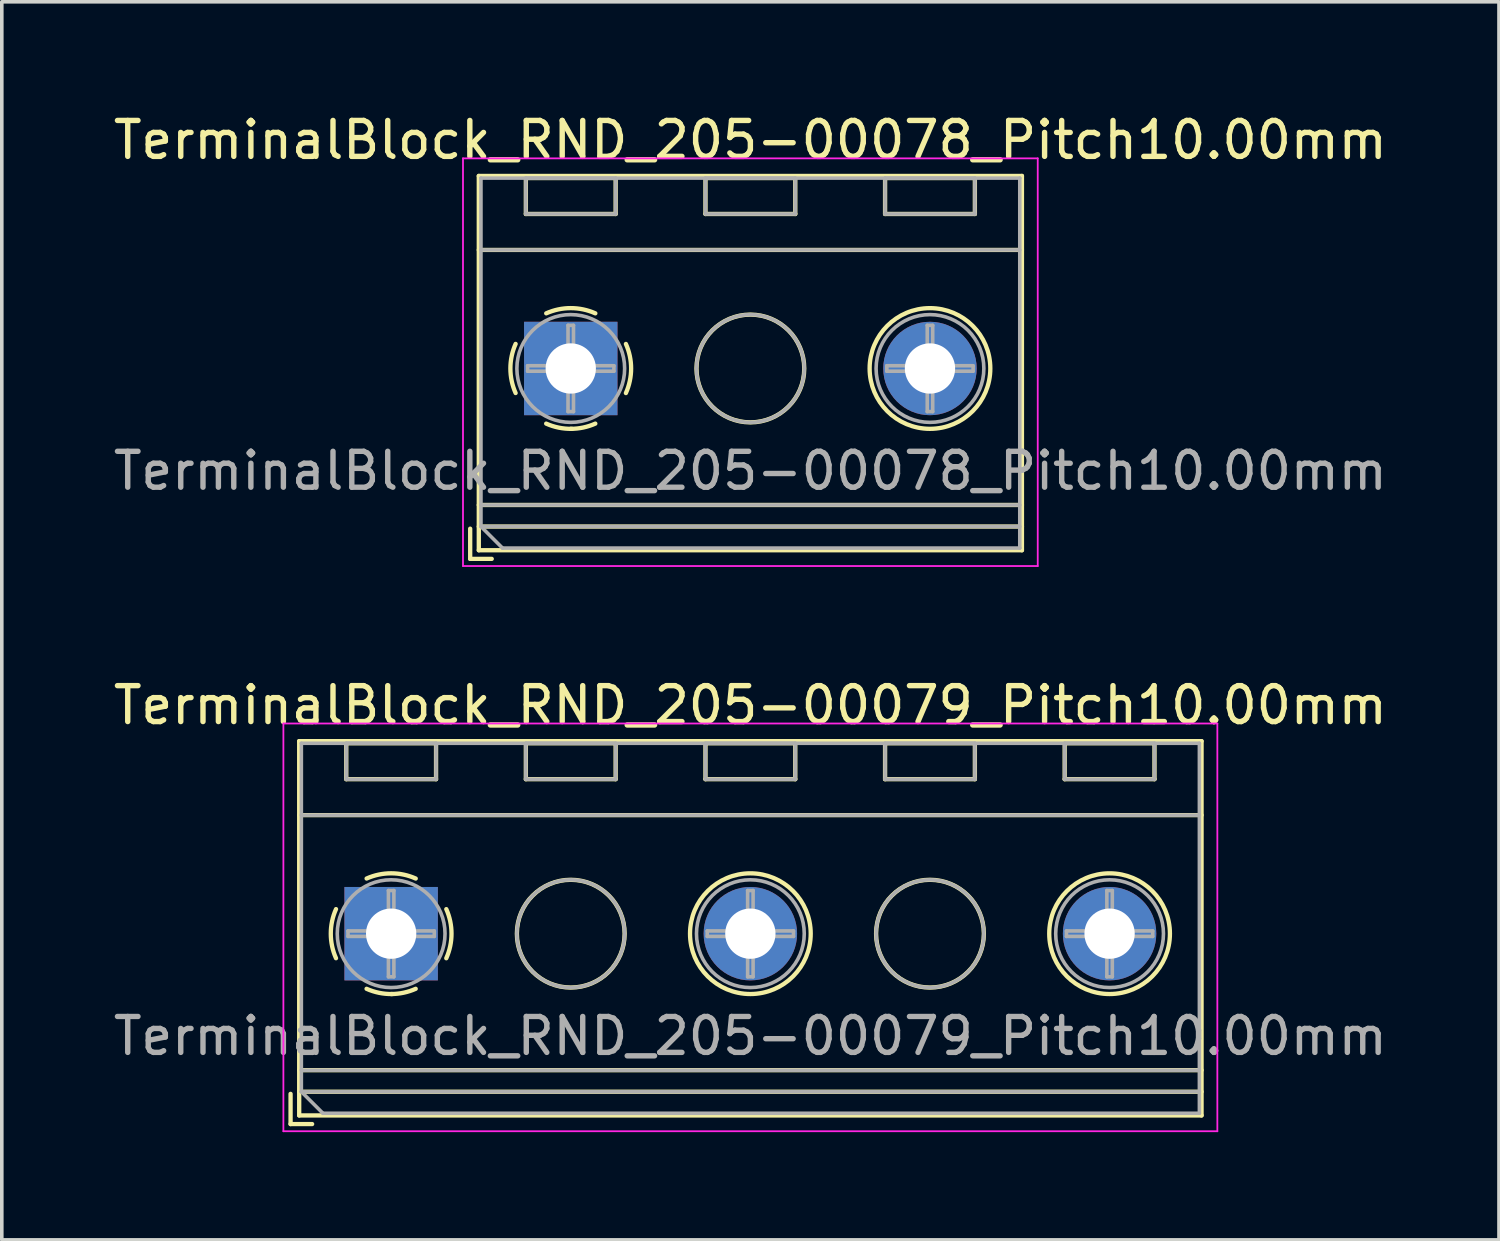
<source format=kicad_pcb>
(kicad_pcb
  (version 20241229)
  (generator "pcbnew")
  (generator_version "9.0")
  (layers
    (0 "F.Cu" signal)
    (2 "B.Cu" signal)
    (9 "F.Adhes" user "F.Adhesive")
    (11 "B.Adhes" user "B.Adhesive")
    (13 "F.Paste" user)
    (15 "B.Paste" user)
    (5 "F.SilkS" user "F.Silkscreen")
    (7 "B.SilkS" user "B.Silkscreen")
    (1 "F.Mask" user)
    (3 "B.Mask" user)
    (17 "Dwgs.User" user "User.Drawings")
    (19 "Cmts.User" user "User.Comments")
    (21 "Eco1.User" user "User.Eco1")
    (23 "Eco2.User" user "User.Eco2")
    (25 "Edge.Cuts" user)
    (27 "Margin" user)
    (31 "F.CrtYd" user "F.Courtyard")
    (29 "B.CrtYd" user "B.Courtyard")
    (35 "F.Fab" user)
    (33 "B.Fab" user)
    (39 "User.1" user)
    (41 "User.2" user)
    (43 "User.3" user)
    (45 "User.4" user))
  (footprint "TerminalBlock_RND_205-00078_Pitch10.00mm"
    (layer "F.Cu")
    (at 12.839 7.208)
    (property "Reference" "TerminalBlock_RND_205-00078_Pitch10.00mm" (at 5 -6.36 0) (layer "F.SilkS") (effects (font (size 1 1) (thickness 0.15))))
    (attr through_hole)
    (fp_line (start -2.8 4.46) (end -2.8 5.3) (stroke (width 0.12) (type solid)) (layer "F.SilkS"))
    (fp_line (start -2.8 5.3) (end -2.2 5.3) (stroke (width 0.12) (type solid)) (layer "F.SilkS"))
    (fp_line (start -2.56 -5.36) (end -2.56 5.06) (stroke (width 0.12) (type solid)) (layer "F.SilkS"))
    (fp_line (start -2.56 -3.3) (end 12.56 -3.3) (stroke (width 0.12) (type solid)) (layer "F.SilkS"))
    (fp_line (start -2.56 3.8) (end 12.56 3.8) (stroke (width 0.12) (type solid)) (layer "F.SilkS"))
    (fp_line (start -2.56 4.4) (end 12.56 4.4) (stroke (width 0.12) (type solid)) (layer "F.SilkS"))
    (fp_line (start -2.56 5.06) (end 12.56 5.06) (stroke (width 0.12) (type solid)) (layer "F.SilkS"))
    (fp_line (start -1.25 -5.301) (end -1.25 -4.301) (stroke (width 0.12) (type solid)) (layer "F.SilkS"))
    (fp_line (start -1.25 -5.301) (end 1.25 -5.301) (stroke (width 0.12) (type solid)) (layer "F.SilkS"))
    (fp_line (start -1.25 -4.301) (end 1.25 -4.301) (stroke (width 0.12) (type solid)) (layer "F.SilkS"))
    (fp_line (start 1.25 -5.301) (end 1.25 -4.301) (stroke (width 0.12) (type solid)) (layer "F.SilkS"))
    (fp_line (start 3.75 -5.301) (end 3.75 -4.301) (stroke (width 0.12) (type solid)) (layer "F.SilkS"))
    (fp_line (start 3.75 -5.301) (end 6.25 -5.301) (stroke (width 0.12) (type solid)) (layer "F.SilkS"))
    (fp_line (start 3.75 -4.301) (end 6.25 -4.301) (stroke (width 0.12) (type solid)) (layer "F.SilkS"))
    (fp_line (start 6.25 -5.301) (end 6.25 -4.301) (stroke (width 0.12) (type solid)) (layer "F.SilkS"))
    (fp_line (start 8.75 -5.301) (end 8.75 -4.301) (stroke (width 0.12) (type solid)) (layer "F.SilkS"))
    (fp_line (start 8.75 -5.301) (end 11.25 -5.301) (stroke (width 0.12) (type solid)) (layer "F.SilkS"))
    (fp_line (start 8.75 -4.301) (end 11.25 -4.301) (stroke (width 0.12) (type solid)) (layer "F.SilkS"))
    (fp_line (start 11.25 -5.301) (end 11.25 -4.301) (stroke (width 0.12) (type solid)) (layer "F.SilkS"))
    (fp_line (start 12.56 -5.36) (end -2.56 -5.36) (stroke (width 0.12) (type solid)) (layer "F.SilkS"))
    (fp_line (start 12.56 5.06) (end 12.56 -5.36) (stroke (width 0.12) (type solid)) (layer "F.SilkS"))
    (fp_arc (start -1.535427 0.683042) (mid -1.680501 -0.000524) (end -1.535 -0.684) (stroke (width 0.12) (type solid)) (layer "F.SilkS"))
    (fp_arc (start -0.683042 -1.535427) (mid 0.000524 -1.680501) (end 0.684 -1.535) (stroke (width 0.12) (type solid)) (layer "F.SilkS"))
    (fp_arc (start 0.028805 1.680253) (mid -0.335551 1.646659) (end -0.684 1.535) (stroke (width 0.12) (type solid)) (layer "F.SilkS"))
    (fp_arc (start 0.683318 1.534756) (mid 0.349292 1.643288) (end 0 1.68) (stroke (width 0.12) (type solid)) (layer "F.SilkS"))
    (fp_arc (start 1.535427 -0.683042) (mid 1.680501 0.000524) (end 1.535 0.684) (stroke (width 0.12) (type solid)) (layer "F.SilkS"))
    (fp_circle (center 5 0) (end 6.5 0) (stroke (width 0.12) (type solid)) (fill no) (layer "F.SilkS"))
    (fp_circle (center 10 0) (end 11.68 0) (stroke (width 0.12) (type solid)) (fill no) (layer "F.SilkS"))
    (fp_line (start -3 -5.85) (end -3 5.5) (stroke (width 0.05) (type solid)) (layer "F.CrtYd"))
    (fp_line (start -3 5.5) (end 13 5.5) (stroke (width 0.05) (type solid)) (layer "F.CrtYd"))
    (fp_line (start 13 -5.85) (end -3 -5.85) (stroke (width 0.05) (type solid)) (layer "F.CrtYd"))
    (fp_line (start 13 5.5) (end 13 -5.85) (stroke (width 0.05) (type solid)) (layer "F.CrtYd"))
    (fp_line (start -2.5 -5.3) (end 12.5 -5.3) (stroke (width 0.1) (type solid)) (layer "F.Fab"))
    (fp_line (start -2.5 -3.3) (end 12.5 -3.3) (stroke (width 0.1) (type solid)) (layer "F.Fab"))
    (fp_line (start -2.5 3.8) (end 12.5 3.8) (stroke (width 0.1) (type solid)) (layer "F.Fab"))
    (fp_line (start -2.5 4.4) (end -2.5 -5.3) (stroke (width 0.1) (type solid)) (layer "F.Fab"))
    (fp_line (start -2.5 4.4) (end 12.5 4.4) (stroke (width 0.1) (type solid)) (layer "F.Fab"))
    (fp_line (start -1.9 5) (end -2.5 4.4) (stroke (width 0.1) (type solid)) (layer "F.Fab"))
    (fp_line (start -1.25 -5.3) (end -1.25 -4.3) (stroke (width 0.1) (type solid)) (layer "F.Fab"))
    (fp_line (start -1.25 -4.3) (end 1.25 -4.3) (stroke (width 0.1) (type solid)) (layer "F.Fab"))
    (fp_line (start -1.201 -0.076) (end -0.076 -0.076) (stroke (width 0.1) (type solid)) (layer "F.Fab"))
    (fp_line (start -1.201 0.076) (end -1.201 -0.076) (stroke (width 0.1) (type solid)) (layer "F.Fab"))
    (fp_line (start -0.076 -1.201) (end 0.076 -1.201) (stroke (width 0.1) (type solid)) (layer "F.Fab"))
    (fp_line (start -0.076 -0.076) (end -0.076 -1.201) (stroke (width 0.1) (type solid)) (layer "F.Fab"))
    (fp_line (start -0.076 0.076) (end -1.201 0.076) (stroke (width 0.1) (type solid)) (layer "F.Fab"))
    (fp_line (start -0.076 1.201) (end -0.076 0.076) (stroke (width 0.1) (type solid)) (layer "F.Fab"))
    (fp_line (start 0.076 -1.201) (end 0.076 -0.076) (stroke (width 0.1) (type solid)) (layer "F.Fab"))
    (fp_line (start 0.076 -0.076) (end 1.201 -0.076) (stroke (width 0.1) (type solid)) (layer "F.Fab"))
    (fp_line (start 0.076 0.076) (end 0.076 1.201) (stroke (width 0.1) (type solid)) (layer "F.Fab"))
    (fp_line (start 0.076 1.201) (end -0.076 1.201) (stroke (width 0.1) (type solid)) (layer "F.Fab"))
    (fp_line (start 1.201 -0.076) (end 1.201 0.076) (stroke (width 0.1) (type solid)) (layer "F.Fab"))
    (fp_line (start 1.201 0.076) (end 0.076 0.076) (stroke (width 0.1) (type solid)) (layer "F.Fab"))
    (fp_line (start 1.25 -5.3) (end -1.25 -5.3) (stroke (width 0.1) (type solid)) (layer "F.Fab"))
    (fp_line (start 1.25 -4.3) (end 1.25 -5.3) (stroke (width 0.1) (type solid)) (layer "F.Fab"))
    (fp_line (start 3.75 -5.3) (end 3.75 -4.3) (stroke (width 0.1) (type solid)) (layer "F.Fab"))
    (fp_line (start 3.75 -4.3) (end 6.25 -4.3) (stroke (width 0.1) (type solid)) (layer "F.Fab"))
    (fp_line (start 6.25 -5.3) (end 3.75 -5.3) (stroke (width 0.1) (type solid)) (layer "F.Fab"))
    (fp_line (start 6.25 -4.3) (end 6.25 -5.3) (stroke (width 0.1) (type solid)) (layer "F.Fab"))
    (fp_line (start 8.75 -5.3) (end 8.75 -4.3) (stroke (width 0.1) (type solid)) (layer "F.Fab"))
    (fp_line (start 8.75 -4.3) (end 11.25 -4.3) (stroke (width 0.1) (type solid)) (layer "F.Fab"))
    (fp_line (start 8.799 -0.076) (end 9.924 -0.076) (stroke (width 0.1) (type solid)) (layer "F.Fab"))
    (fp_line (start 8.799 0.076) (end 8.799 -0.076) (stroke (width 0.1) (type solid)) (layer "F.Fab"))
    (fp_line (start 9.924 -1.201) (end 10.076 -1.201) (stroke (width 0.1) (type solid)) (layer "F.Fab"))
    (fp_line (start 9.924 -0.076) (end 9.924 -1.201) (stroke (width 0.1) (type solid)) (layer "F.Fab"))
    (fp_line (start 9.924 0.076) (end 8.799 0.076) (stroke (width 0.1) (type solid)) (layer "F.Fab"))
    (fp_line (start 9.924 1.201) (end 9.924 0.076) (stroke (width 0.1) (type solid)) (layer "F.Fab"))
    (fp_line (start 10.076 -1.201) (end 10.076 -0.076) (stroke (width 0.1) (type solid)) (layer "F.Fab"))
    (fp_line (start 10.076 -0.076) (end 11.201 -0.076) (stroke (width 0.1) (type solid)) (layer "F.Fab"))
    (fp_line (start 10.076 0.076) (end 10.076 1.201) (stroke (width 0.1) (type solid)) (layer "F.Fab"))
    (fp_line (start 10.076 1.201) (end 9.924 1.201) (stroke (width 0.1) (type solid)) (layer "F.Fab"))
    (fp_line (start 11.201 -0.076) (end 11.201 0.076) (stroke (width 0.1) (type solid)) (layer "F.Fab"))
    (fp_line (start 11.201 0.076) (end 10.076 0.076) (stroke (width 0.1) (type solid)) (layer "F.Fab"))
    (fp_line (start 11.25 -5.3) (end 8.75 -5.3) (stroke (width 0.1) (type solid)) (layer "F.Fab"))
    (fp_line (start 11.25 -4.3) (end 11.25 -5.3) (stroke (width 0.1) (type solid)) (layer "F.Fab"))
    (fp_line (start 12.5 -5.3) (end 12.5 5) (stroke (width 0.1) (type solid)) (layer "F.Fab"))
    (fp_line (start 12.5 5) (end -1.9 5) (stroke (width 0.1) (type solid)) (layer "F.Fab"))
    (fp_circle (center 0 0) (end 1.5 0) (stroke (width 0.1) (type solid)) (fill no) (layer "F.Fab"))
    (fp_circle (center 5 0) (end 6.5 0) (stroke (width 0.1) (type solid)) (fill no) (layer "F.Fab"))
    (fp_circle (center 10 0) (end 11.5 0) (stroke (width 0.1) (type solid)) (fill no) (layer "F.Fab"))
    (fp_text user "${REFERENCE}" (at 5 2.85 0) (layer "F.Fab") (effects (font (size 1 1) (thickness 0.15))))
    (pad "1" thru_hole rect (at 0 0) (size 2.6 2.6) (drill 1.4) (layers "*.Cu" "*.Mask"))
    (pad "2" thru_hole oval (at 10 0) (size 2.6 2.6) (drill 1.4) (layers "*.Cu" "*.Mask")))
  (footprint "TerminalBlock_RND_205-00079_Pitch10.00mm"
    (layer "F.Cu")
    (at 7.839 22.942)
    (property "Reference" "TerminalBlock_RND_205-00079_Pitch10.00mm" (at 10 -6.36 0) (layer "F.SilkS") (effects (font (size 1 1) (thickness 0.15))))
    (attr through_hole)
    (fp_line (start -2.8 4.46) (end -2.8 5.3) (stroke (width 0.12) (type solid)) (layer "F.SilkS"))
    (fp_line (start -2.8 5.3) (end -2.2 5.3) (stroke (width 0.12) (type solid)) (layer "F.SilkS"))
    (fp_line (start -2.56 -5.36) (end -2.56 5.06) (stroke (width 0.12) (type solid)) (layer "F.SilkS"))
    (fp_line (start -2.56 -3.3) (end 22.56 -3.3) (stroke (width 0.12) (type solid)) (layer "F.SilkS"))
    (fp_line (start -2.56 3.8) (end 22.56 3.8) (stroke (width 0.12) (type solid)) (layer "F.SilkS"))
    (fp_line (start -2.56 4.4) (end 22.56 4.4) (stroke (width 0.12) (type solid)) (layer "F.SilkS"))
    (fp_line (start -2.56 5.06) (end 22.56 5.06) (stroke (width 0.12) (type solid)) (layer "F.SilkS"))
    (fp_line (start -1.25 -5.301) (end -1.25 -4.301) (stroke (width 0.12) (type solid)) (layer "F.SilkS"))
    (fp_line (start -1.25 -5.301) (end 1.25 -5.301) (stroke (width 0.12) (type solid)) (layer "F.SilkS"))
    (fp_line (start -1.25 -4.301) (end 1.25 -4.301) (stroke (width 0.12) (type solid)) (layer "F.SilkS"))
    (fp_line (start 1.25 -5.301) (end 1.25 -4.301) (stroke (width 0.12) (type solid)) (layer "F.SilkS"))
    (fp_line (start 3.75 -5.301) (end 3.75 -4.301) (stroke (width 0.12) (type solid)) (layer "F.SilkS"))
    (fp_line (start 3.75 -5.301) (end 6.25 -5.301) (stroke (width 0.12) (type solid)) (layer "F.SilkS"))
    (fp_line (start 3.75 -4.301) (end 6.25 -4.301) (stroke (width 0.12) (type solid)) (layer "F.SilkS"))
    (fp_line (start 6.25 -5.301) (end 6.25 -4.301) (stroke (width 0.12) (type solid)) (layer "F.SilkS"))
    (fp_line (start 8.75 -5.301) (end 8.75 -4.301) (stroke (width 0.12) (type solid)) (layer "F.SilkS"))
    (fp_line (start 8.75 -5.301) (end 11.25 -5.301) (stroke (width 0.12) (type solid)) (layer "F.SilkS"))
    (fp_line (start 8.75 -4.301) (end 11.25 -4.301) (stroke (width 0.12) (type solid)) (layer "F.SilkS"))
    (fp_line (start 11.25 -5.301) (end 11.25 -4.301) (stroke (width 0.12) (type solid)) (layer "F.SilkS"))
    (fp_line (start 13.75 -5.301) (end 13.75 -4.301) (stroke (width 0.12) (type solid)) (layer "F.SilkS"))
    (fp_line (start 13.75 -5.301) (end 16.25 -5.301) (stroke (width 0.12) (type solid)) (layer "F.SilkS"))
    (fp_line (start 13.75 -4.301) (end 16.25 -4.301) (stroke (width 0.12) (type solid)) (layer "F.SilkS"))
    (fp_line (start 16.25 -5.301) (end 16.25 -4.301) (stroke (width 0.12) (type solid)) (layer "F.SilkS"))
    (fp_line (start 18.75 -5.301) (end 18.75 -4.301) (stroke (width 0.12) (type solid)) (layer "F.SilkS"))
    (fp_line (start 18.75 -5.301) (end 21.25 -5.301) (stroke (width 0.12) (type solid)) (layer "F.SilkS"))
    (fp_line (start 18.75 -4.301) (end 21.25 -4.301) (stroke (width 0.12) (type solid)) (layer "F.SilkS"))
    (fp_line (start 21.25 -5.301) (end 21.25 -4.301) (stroke (width 0.12) (type solid)) (layer "F.SilkS"))
    (fp_line (start 22.56 -5.36) (end -2.56 -5.36) (stroke (width 0.12) (type solid)) (layer "F.SilkS"))
    (fp_line (start 22.56 5.06) (end 22.56 -5.36) (stroke (width 0.12) (type solid)) (layer "F.SilkS"))
    (fp_arc (start -1.535427 0.683042) (mid -1.680501 -0.000524) (end -1.535 -0.684) (stroke (width 0.12) (type solid)) (layer "F.SilkS"))
    (fp_arc (start -0.683042 -1.535427) (mid 0.000524 -1.680501) (end 0.684 -1.535) (stroke (width 0.12) (type solid)) (layer "F.SilkS"))
    (fp_arc (start 0.028805 1.680253) (mid -0.335551 1.646659) (end -0.684 1.535) (stroke (width 0.12) (type solid)) (layer "F.SilkS"))
    (fp_arc (start 0.683318 1.534756) (mid 0.349292 1.643288) (end 0 1.68) (stroke (width 0.12) (type solid)) (layer "F.SilkS"))
    (fp_arc (start 1.535427 -0.683042) (mid 1.680501 0.000524) (end 1.535 0.684) (stroke (width 0.12) (type solid)) (layer "F.SilkS"))
    (fp_circle (center 5 0) (end 6.5 0) (stroke (width 0.12) (type solid)) (fill no) (layer "F.SilkS"))
    (fp_circle (center 10 0) (end 11.68 0) (stroke (width 0.12) (type solid)) (fill no) (layer "F.SilkS"))
    (fp_circle (center 15 0) (end 16.5 0) (stroke (width 0.12) (type solid)) (fill no) (layer "F.SilkS"))
    (fp_circle (center 20 0) (end 21.68 0) (stroke (width 0.12) (type solid)) (fill no) (layer "F.SilkS"))
    (fp_line (start -3 -5.85) (end -3 5.5) (stroke (width 0.05) (type solid)) (layer "F.CrtYd"))
    (fp_line (start -3 5.5) (end 23 5.5) (stroke (width 0.05) (type solid)) (layer "F.CrtYd"))
    (fp_line (start 23 -5.85) (end -3 -5.85) (stroke (width 0.05) (type solid)) (layer "F.CrtYd"))
    (fp_line (start 23 5.5) (end 23 -5.85) (stroke (width 0.05) (type solid)) (layer "F.CrtYd"))
    (fp_line (start -2.5 -5.3) (end 22.5 -5.3) (stroke (width 0.1) (type solid)) (layer "F.Fab"))
    (fp_line (start -2.5 -3.3) (end 22.5 -3.3) (stroke (width 0.1) (type solid)) (layer "F.Fab"))
    (fp_line (start -2.5 3.8) (end 22.5 3.8) (stroke (width 0.1) (type solid)) (layer "F.Fab"))
    (fp_line (start -2.5 4.4) (end -2.5 -5.3) (stroke (width 0.1) (type solid)) (layer "F.Fab"))
    (fp_line (start -2.5 4.4) (end 22.5 4.4) (stroke (width 0.1) (type solid)) (layer "F.Fab"))
    (fp_line (start -1.9 5) (end -2.5 4.4) (stroke (width 0.1) (type solid)) (layer "F.Fab"))
    (fp_line (start -1.25 -5.3) (end -1.25 -4.3) (stroke (width 0.1) (type solid)) (layer "F.Fab"))
    (fp_line (start -1.25 -4.3) (end 1.25 -4.3) (stroke (width 0.1) (type solid)) (layer "F.Fab"))
    (fp_line (start -1.201 -0.076) (end -0.076 -0.076) (stroke (width 0.1) (type solid)) (layer "F.Fab"))
    (fp_line (start -1.201 0.076) (end -1.201 -0.076) (stroke (width 0.1) (type solid)) (layer "F.Fab"))
    (fp_line (start -0.076 -1.201) (end 0.076 -1.201) (stroke (width 0.1) (type solid)) (layer "F.Fab"))
    (fp_line (start -0.076 -0.076) (end -0.076 -1.201) (stroke (width 0.1) (type solid)) (layer "F.Fab"))
    (fp_line (start -0.076 0.076) (end -1.201 0.076) (stroke (width 0.1) (type solid)) (layer "F.Fab"))
    (fp_line (start -0.076 1.201) (end -0.076 0.076) (stroke (width 0.1) (type solid)) (layer "F.Fab"))
    (fp_line (start 0.076 -1.201) (end 0.076 -0.076) (stroke (width 0.1) (type solid)) (layer "F.Fab"))
    (fp_line (start 0.076 -0.076) (end 1.201 -0.076) (stroke (width 0.1) (type solid)) (layer "F.Fab"))
    (fp_line (start 0.076 0.076) (end 0.076 1.201) (stroke (width 0.1) (type solid)) (layer "F.Fab"))
    (fp_line (start 0.076 1.201) (end -0.076 1.201) (stroke (width 0.1) (type solid)) (layer "F.Fab"))
    (fp_line (start 1.201 -0.076) (end 1.201 0.076) (stroke (width 0.1) (type solid)) (layer "F.Fab"))
    (fp_line (start 1.201 0.076) (end 0.076 0.076) (stroke (width 0.1) (type solid)) (layer "F.Fab"))
    (fp_line (start 1.25 -5.3) (end -1.25 -5.3) (stroke (width 0.1) (type solid)) (layer "F.Fab"))
    (fp_line (start 1.25 -4.3) (end 1.25 -5.3) (stroke (width 0.1) (type solid)) (layer "F.Fab"))
    (fp_line (start 3.75 -5.3) (end 3.75 -4.3) (stroke (width 0.1) (type solid)) (layer "F.Fab"))
    (fp_line (start 3.75 -4.3) (end 6.25 -4.3) (stroke (width 0.1) (type solid)) (layer "F.Fab"))
    (fp_line (start 6.25 -5.3) (end 3.75 -5.3) (stroke (width 0.1) (type solid)) (layer "F.Fab"))
    (fp_line (start 6.25 -4.3) (end 6.25 -5.3) (stroke (width 0.1) (type solid)) (layer "F.Fab"))
    (fp_line (start 8.75 -5.3) (end 8.75 -4.3) (stroke (width 0.1) (type solid)) (layer "F.Fab"))
    (fp_line (start 8.75 -4.3) (end 11.25 -4.3) (stroke (width 0.1) (type solid)) (layer "F.Fab"))
    (fp_line (start 8.799 -0.076) (end 9.924 -0.076) (stroke (width 0.1) (type solid)) (layer "F.Fab"))
    (fp_line (start 8.799 0.076) (end 8.799 -0.076) (stroke (width 0.1) (type solid)) (layer "F.Fab"))
    (fp_line (start 9.924 -1.201) (end 10.076 -1.201) (stroke (width 0.1) (type solid)) (layer "F.Fab"))
    (fp_line (start 9.924 -0.076) (end 9.924 -1.201) (stroke (width 0.1) (type solid)) (layer "F.Fab"))
    (fp_line (start 9.924 0.076) (end 8.799 0.076) (stroke (width 0.1) (type solid)) (layer "F.Fab"))
    (fp_line (start 9.924 1.201) (end 9.924 0.076) (stroke (width 0.1) (type solid)) (layer "F.Fab"))
    (fp_line (start 10.076 -1.201) (end 10.076 -0.076) (stroke (width 0.1) (type solid)) (layer "F.Fab"))
    (fp_line (start 10.076 -0.076) (end 11.201 -0.076) (stroke (width 0.1) (type solid)) (layer "F.Fab"))
    (fp_line (start 10.076 0.076) (end 10.076 1.201) (stroke (width 0.1) (type solid)) (layer "F.Fab"))
    (fp_line (start 10.076 1.201) (end 9.924 1.201) (stroke (width 0.1) (type solid)) (layer "F.Fab"))
    (fp_line (start 11.201 -0.076) (end 11.201 0.076) (stroke (width 0.1) (type solid)) (layer "F.Fab"))
    (fp_line (start 11.201 0.076) (end 10.076 0.076) (stroke (width 0.1) (type solid)) (layer "F.Fab"))
    (fp_line (start 11.25 -5.3) (end 8.75 -5.3) (stroke (width 0.1) (type solid)) (layer "F.Fab"))
    (fp_line (start 11.25 -4.3) (end 11.25 -5.3) (stroke (width 0.1) (type solid)) (layer "F.Fab"))
    (fp_line (start 13.75 -5.3) (end 13.75 -4.3) (stroke (width 0.1) (type solid)) (layer "F.Fab"))
    (fp_line (start 13.75 -4.3) (end 16.25 -4.3) (stroke (width 0.1) (type solid)) (layer "F.Fab"))
    (fp_line (start 16.25 -5.3) (end 13.75 -5.3) (stroke (width 0.1) (type solid)) (layer "F.Fab"))
    (fp_line (start 16.25 -4.3) (end 16.25 -5.3) (stroke (width 0.1) (type solid)) (layer "F.Fab"))
    (fp_line (start 18.75 -5.3) (end 18.75 -4.3) (stroke (width 0.1) (type solid)) (layer "F.Fab"))
    (fp_line (start 18.75 -4.3) (end 21.25 -4.3) (stroke (width 0.1) (type solid)) (layer "F.Fab"))
    (fp_line (start 18.799 -0.076) (end 19.924 -0.076) (stroke (width 0.1) (type solid)) (layer "F.Fab"))
    (fp_line (start 18.799 0.076) (end 18.799 -0.076) (stroke (width 0.1) (type solid)) (layer "F.Fab"))
    (fp_line (start 19.924 -1.201) (end 20.076 -1.201) (stroke (width 0.1) (type solid)) (layer "F.Fab"))
    (fp_line (start 19.924 -0.076) (end 19.924 -1.201) (stroke (width 0.1) (type solid)) (layer "F.Fab"))
    (fp_line (start 19.924 0.076) (end 18.799 0.076) (stroke (width 0.1) (type solid)) (layer "F.Fab"))
    (fp_line (start 19.924 1.201) (end 19.924 0.076) (stroke (width 0.1) (type solid)) (layer "F.Fab"))
    (fp_line (start 20.076 -1.201) (end 20.076 -0.076) (stroke (width 0.1) (type solid)) (layer "F.Fab"))
    (fp_line (start 20.076 -0.076) (end 21.201 -0.076) (stroke (width 0.1) (type solid)) (layer "F.Fab"))
    (fp_line (start 20.076 0.076) (end 20.076 1.201) (stroke (width 0.1) (type solid)) (layer "F.Fab"))
    (fp_line (start 20.076 1.201) (end 19.924 1.201) (stroke (width 0.1) (type solid)) (layer "F.Fab"))
    (fp_line (start 21.201 -0.076) (end 21.201 0.076) (stroke (width 0.1) (type solid)) (layer "F.Fab"))
    (fp_line (start 21.201 0.076) (end 20.076 0.076) (stroke (width 0.1) (type solid)) (layer "F.Fab"))
    (fp_line (start 21.25 -5.3) (end 18.75 -5.3) (stroke (width 0.1) (type solid)) (layer "F.Fab"))
    (fp_line (start 21.25 -4.3) (end 21.25 -5.3) (stroke (width 0.1) (type solid)) (layer "F.Fab"))
    (fp_line (start 22.5 -5.3) (end 22.5 5) (stroke (width 0.1) (type solid)) (layer "F.Fab"))
    (fp_line (start 22.5 5) (end -1.9 5) (stroke (width 0.1) (type solid)) (layer "F.Fab"))
    (fp_circle (center 0 0) (end 1.5 0) (stroke (width 0.1) (type solid)) (fill no) (layer "F.Fab"))
    (fp_circle (center 5 0) (end 6.5 0) (stroke (width 0.1) (type solid)) (fill no) (layer "F.Fab"))
    (fp_circle (center 10 0) (end 11.5 0) (stroke (width 0.1) (type solid)) (fill no) (layer "F.Fab"))
    (fp_circle (center 15 0) (end 16.5 0) (stroke (width 0.1) (type solid)) (fill no) (layer "F.Fab"))
    (fp_circle (center 20 0) (end 21.5 0) (stroke (width 0.1) (type solid)) (fill no) (layer "F.Fab"))
    (fp_text user "${REFERENCE}" (at 10 2.85 0) (layer "F.Fab") (effects (font (size 1 1) (thickness 0.15))))
    (pad "1" thru_hole rect (at 0 0) (size 2.6 2.6) (drill 1.4) (layers "*.Cu" "*.Mask"))
    (pad "2" thru_hole oval (at 10 0) (size 2.6 2.6) (drill 1.4) (layers "*.Cu" "*.Mask"))
    (pad "3" thru_hole oval (at 20 0) (size 2.6 2.6) (drill 1.4) (layers "*.Cu" "*.Mask")))
  (gr_rect
    (start -3 -3)
    (end 38.679 31.466)
    (stroke (width 0.1) (type default))
    (fill no)
    (layer "Edge.Cuts")))
</source>
